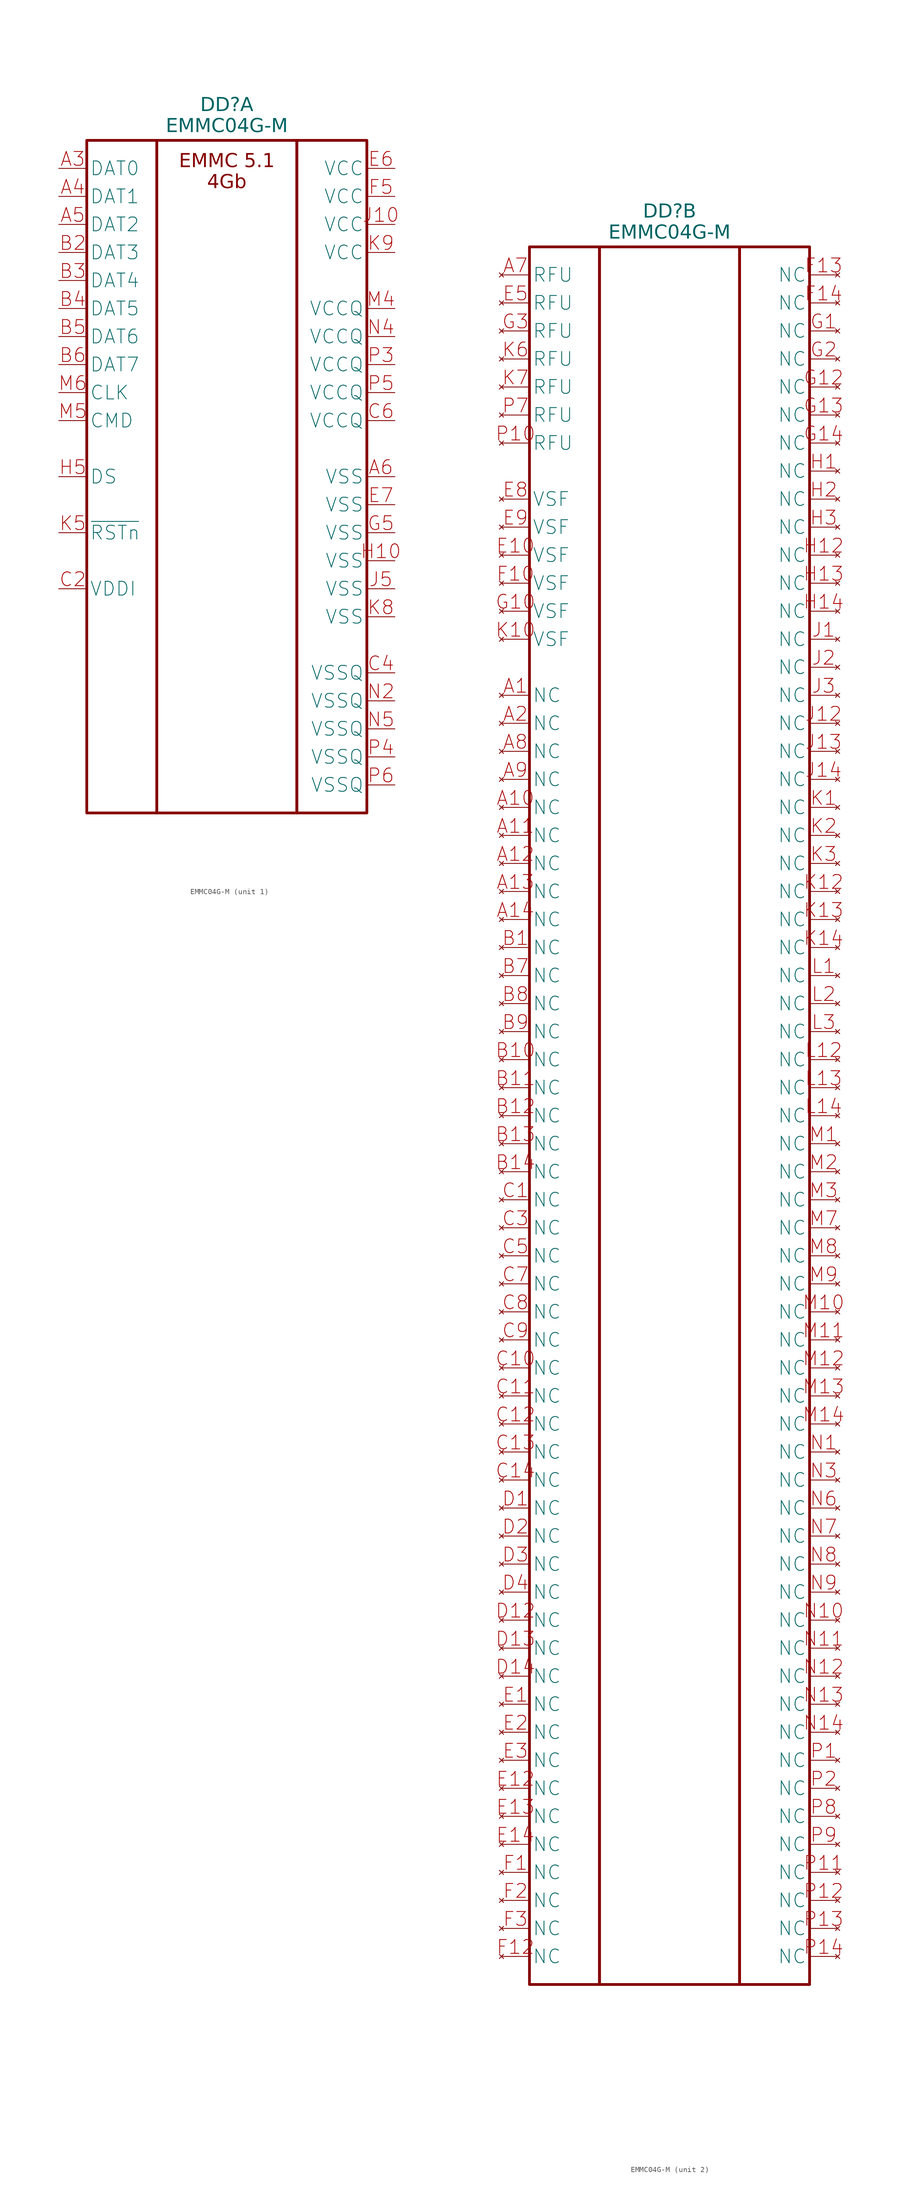
<source format=kicad_sym>
(kicad_symbol_lib
  (version 20231120)
  (generator "kicad_symbol_editor")
  (generator_version "8.0")
  (symbol "EMMC04G-M"
    (property "Reference" "DD"
      (at 0 6.35 0)
      (effects (font (face "GOST type A") (size 2.5 2.5) (italic yes))))
    (property "Value" "EMMC04G-M"
      (at 0 2.54 0)
      (effects (font (face "GOST type A") (size 2.5 2.5) (italic yes))))
    (symbol "EMMC04G-M_1_1"
      (rectangle (start -25.4 0) (end -12.7 -121.92) (stroke (width 0.5) (type default)) (fill (type none)))
      (rectangle (start -12.7 0) (end 12.7 -121.92) (stroke (width 0.5) (type default)) (fill (type none)))
      (rectangle (start 12.7 0) (end 25.4 -121.92) (stroke (width 0.5) (type default)) (fill (type none)))
      (text "4Gb" (at 0 -7.62 0) (effects (font (face "GOST type A") (size 2.5 2.5) (italic yes))))
      (text "EMMC 5.1" (at 0 -3.81 0) (effects (font (face "GOST type A") (size 2.5 2.5) (italic yes))))
      (pin bidirectional line (at -30.48 -5.08 0) (length 5.08) (name "DAT0" (effects (font (size 2.5 2.5)))) (number "A3" (effects (font (size 2.5 2.5)))))
      (pin bidirectional line (at -30.48 -10.16 0) (length 5.08) (name "DAT1" (effects (font (size 2.5 2.5)))) (number "A4" (effects (font (size 2.5 2.5)))))
      (pin bidirectional line (at -30.48 -15.24 0) (length 5.08) (name "DAT2" (effects (font (size 2.5 2.5)))) (number "A5" (effects (font (size 2.5 2.5)))))
      (pin power_in line (at 30.48 -60.96 180) (length 5.08) (name "VSS" (effects (font (size 2.5 2.5)))) (number "A6" (effects (font (size 2.5 2.5)))))
      (pin bidirectional line (at -30.48 -20.32 0) (length 5.08) (name "DAT3" (effects (font (size 2.5 2.5)))) (number "B2" (effects (font (size 2.5 2.5)))))
      (pin bidirectional line (at -30.48 -25.4 0) (length 5.08) (name "DAT4" (effects (font (size 2.5 2.5)))) (number "B3" (effects (font (size 2.5 2.5)))))
      (pin bidirectional line (at -30.48 -30.48 0) (length 5.08) (name "DAT5" (effects (font (size 2.5 2.5)))) (number "B4" (effects (font (size 2.5 2.5)))))
      (pin bidirectional line (at -30.48 -35.56 0) (length 5.08) (name "DAT6" (effects (font (size 2.5 2.5)))) (number "B5" (effects (font (size 2.5 2.5)))))
      (pin bidirectional line (at -30.48 -40.64 0) (length 5.08) (name "DAT7" (effects (font (size 2.5 2.5)))) (number "B6" (effects (font (size 2.5 2.5)))))
      (pin passive line (at -30.48 -81.28 0) (length 5.08) (name "VDDI" (effects (font (size 2.5 2.5)))) (number "C2" (effects (font (size 2.5 2.5)))))
      (pin power_in line (at 30.48 -96.52 180) (length 5.08) (name "VSSQ" (effects (font (size 2.5 2.5)))) (number "C4" (effects (font (size 2.5 2.5)))))
      (pin power_in line (at 30.48 -50.8 180) (length 5.08) (name "VCCQ" (effects (font (size 2.5 2.5)))) (number "C6" (effects (font (size 2.5 2.5)))))
      (pin power_in line (at 30.48 -5.08 180) (length 5.08) (name "VCC" (effects (font (size 2.5 2.5)))) (number "E6" (effects (font (size 2.5 2.5)))))
      (pin power_in line (at 30.48 -66.04 180) (length 5.08) (name "VSS" (effects (font (size 2.5 2.5)))) (number "E7" (effects (font (size 2.5 2.5)))))
      (pin power_in line (at 30.48 -10.16 180) (length 5.08) (name "VCC" (effects (font (size 2.5 2.5)))) (number "F5" (effects (font (size 2.5 2.5)))))
      (pin power_in line (at 30.48 -71.12 180) (length 5.08) (name "VSS" (effects (font (size 2.5 2.5)))) (number "G5" (effects (font (size 2.5 2.5)))))
      (pin power_in line (at 30.48 -76.2 180) (length 5.08) (name "VSS" (effects (font (size 2.5 2.5)))) (number "H10" (effects (font (size 2.5 2.5)))))
      (pin output line (at -30.48 -60.96 0) (length 5.08) (name "DS" (effects (font (size 2.5 2.5)))) (number "H5" (effects (font (size 2.5 2.5)))))
      (pin power_in line (at 30.48 -15.24 180) (length 5.08) (name "VCC" (effects (font (size 2.5 2.5)))) (number "J10" (effects (font (size 2.5 2.5)))))
      (pin power_in line (at 30.48 -81.28 180) (length 5.08) (name "VSS" (effects (font (size 2.5 2.5)))) (number "J5" (effects (font (size 2.5 2.5)))))
      (pin input line (at -30.48 -71.12 0) (length 5.08) (name "~{RSTn}" (effects (font (size 2.5 2.5)))) (number "K5" (effects (font (size 2.5 2.5)))))
      (pin power_in line (at 30.48 -86.36 180) (length 5.08) (name "VSS" (effects (font (size 2.5 2.5)))) (number "K8" (effects (font (size 2.5 2.5)))))
      (pin power_in line (at 30.48 -20.32 180) (length 5.08) (name "VCC" (effects (font (size 2.5 2.5)))) (number "K9" (effects (font (size 2.5 2.5)))))
      (pin power_in line (at 30.48 -30.48 180) (length 5.08) (name "VCCQ" (effects (font (size 2.5 2.5)))) (number "M4" (effects (font (size 2.5 2.5)))))
      (pin bidirectional line (at -30.48 -50.8 0) (length 5.08) (name "CMD" (effects (font (size 2.5 2.5)))) (number "M5" (effects (font (size 2.5 2.5)))))
      (pin input line (at -30.48 -45.72 0) (length 5.08) (name "CLK" (effects (font (size 2.5 2.5)))) (number "M6" (effects (font (size 2.5 2.5)))))
      (pin power_in line (at 30.48 -101.6 180) (length 5.08) (name "VSSQ" (effects (font (size 2.5 2.5)))) (number "N2" (effects (font (size 2.5 2.5)))))
      (pin power_in line (at 30.48 -35.56 180) (length 5.08) (name "VCCQ" (effects (font (size 2.5 2.5)))) (number "N4" (effects (font (size 2.5 2.5)))))
      (pin power_in line (at 30.48 -106.68 180) (length 5.08) (name "VSSQ" (effects (font (size 2.5 2.5)))) (number "N5" (effects (font (size 2.5 2.5)))))
      (pin power_in line (at 30.48 -40.64 180) (length 5.08) (name "VCCQ" (effects (font (size 2.5 2.5)))) (number "P3" (effects (font (size 2.5 2.5)))))
      (pin power_in line (at 30.48 -111.76 180) (length 5.08) (name "VSSQ" (effects (font (size 2.5 2.5)))) (number "P4" (effects (font (size 2.5 2.5)))))
      (pin power_in line (at 30.48 -45.72 180) (length 5.08) (name "VCCQ" (effects (font (size 2.5 2.5)))) (number "P5" (effects (font (size 2.5 2.5)))))
      (pin power_in line (at 30.48 -116.84 180) (length 5.08) (name "VSSQ" (effects (font (size 2.5 2.5)))) (number "P6" (effects (font (size 2.5 2.5))))))
    (symbol "EMMC04G-M_2_1"
      (rectangle (start -25.4 0) (end -12.7 -314.96) (stroke (width 0.5) (type default)) (fill (type none)))
      (rectangle (start -12.7 0) (end 12.7 -314.96) (stroke (width 0.5) (type default)) (fill (type none)))
      (rectangle (start 12.7 0) (end 25.4 -314.96) (stroke (width 0.5) (type default)) (fill (type none)))
      (pin no_connect line (at -30.48 -81.28 0) (length 5.08) (name "NC" (effects (font (size 2.5 2.5)))) (number "A1" (effects (font (size 2.5 2.5)))))
      (pin no_connect line (at -30.48 -101.6 0) (length 5.08) (name "NC" (effects (font (size 2.5 2.5)))) (number "A10" (effects (font (size 2.5 2.5)))))
      (pin no_connect line (at -30.48 -106.68 0) (length 5.08) (name "NC" (effects (font (size 2.5 2.5)))) (number "A11" (effects (font (size 2.5 2.5)))))
      (pin no_connect line (at -30.48 -111.76 0) (length 5.08) (name "NC" (effects (font (size 2.5 2.5)))) (number "A12" (effects (font (size 2.5 2.5)))))
      (pin no_connect line (at -30.48 -116.84 0) (length 5.08) (name "NC" (effects (font (size 2.5 2.5)))) (number "A13" (effects (font (size 2.5 2.5)))))
      (pin no_connect line (at -30.48 -121.92 0) (length 5.08) (name "NC" (effects (font (size 2.5 2.5)))) (number "A14" (effects (font (size 2.5 2.5)))))
      (pin no_connect line (at -30.48 -86.36 0) (length 5.08) (name "NC" (effects (font (size 2.5 2.5)))) (number "A2" (effects (font (size 2.5 2.5)))))
      (pin no_connect line (at -30.48 -5.08 0) (length 5.08) (name "RFU" (effects (font (size 2.5 2.5)))) (number "A7" (effects (font (size 2.5 2.5)))))
      (pin no_connect line (at -30.48 -91.44 0) (length 5.08) (name "NC" (effects (font (size 2.5 2.5)))) (number "A8" (effects (font (size 2.5 2.5)))))
      (pin no_connect line (at -30.48 -96.52 0) (length 5.08) (name "NC" (effects (font (size 2.5 2.5)))) (number "A9" (effects (font (size 2.5 2.5)))))
      (pin no_connect line (at -30.48 -127 0) (length 5.08) (name "NC" (effects (font (size 2.5 2.5)))) (number "B1" (effects (font (size 2.5 2.5)))))
      (pin no_connect line (at -30.48 -147.32 0) (length 5.08) (name "NC" (effects (font (size 2.5 2.5)))) (number "B10" (effects (font (size 2.5 2.5)))))
      (pin no_connect line (at -30.48 -152.4 0) (length 5.08) (name "NC" (effects (font (size 2.5 2.5)))) (number "B11" (effects (font (size 2.5 2.5)))))
      (pin no_connect line (at -30.48 -157.48 0) (length 5.08) (name "NC" (effects (font (size 2.5 2.5)))) (number "B12" (effects (font (size 2.5 2.5)))))
      (pin no_connect line (at -30.48 -162.56 0) (length 5.08) (name "NC" (effects (font (size 2.5 2.5)))) (number "B13" (effects (font (size 2.5 2.5)))))
      (pin no_connect line (at -30.48 -167.64 0) (length 5.08) (name "NC" (effects (font (size 2.5 2.5)))) (number "B14" (effects (font (size 2.5 2.5)))))
      (pin no_connect line (at -30.48 -132.08 0) (length 5.08) (name "NC" (effects (font (size 2.5 2.5)))) (number "B7" (effects (font (size 2.5 2.5)))))
      (pin no_connect line (at -30.48 -137.16 0) (length 5.08) (name "NC" (effects (font (size 2.5 2.5)))) (number "B8" (effects (font (size 2.5 2.5)))))
      (pin no_connect line (at -30.48 -142.24 0) (length 5.08) (name "NC" (effects (font (size 2.5 2.5)))) (number "B9" (effects (font (size 2.5 2.5)))))
      (pin no_connect line (at -30.48 -172.72 0) (length 5.08) (name "NC" (effects (font (size 2.5 2.5)))) (number "C1" (effects (font (size 2.5 2.5)))))
      (pin no_connect line (at -30.48 -203.2 0) (length 5.08) (name "NC" (effects (font (size 2.5 2.5)))) (number "C10" (effects (font (size 2.5 2.5)))))
      (pin no_connect line (at -30.48 -208.28 0) (length 5.08) (name "NC" (effects (font (size 2.5 2.5)))) (number "C11" (effects (font (size 2.5 2.5)))))
      (pin no_connect line (at -30.48 -213.36 0) (length 5.08) (name "NC" (effects (font (size 2.5 2.5)))) (number "C12" (effects (font (size 2.5 2.5)))))
      (pin no_connect line (at -30.48 -218.44 0) (length 5.08) (name "NC" (effects (font (size 2.5 2.5)))) (number "C13" (effects (font (size 2.5 2.5)))))
      (pin no_connect line (at -30.48 -223.52 0) (length 5.08) (name "NC" (effects (font (size 2.5 2.5)))) (number "C14" (effects (font (size 2.5 2.5)))))
      (pin no_connect line (at -30.48 -177.8 0) (length 5.08) (name "NC" (effects (font (size 2.5 2.5)))) (number "C3" (effects (font (size 2.5 2.5)))))
      (pin no_connect line (at -30.48 -182.88 0) (length 5.08) (name "NC" (effects (font (size 2.5 2.5)))) (number "C5" (effects (font (size 2.5 2.5)))))
      (pin no_connect line (at -30.48 -187.96 0) (length 5.08) (name "NC" (effects (font (size 2.5 2.5)))) (number "C7" (effects (font (size 2.5 2.5)))))
      (pin no_connect line (at -30.48 -193.04 0) (length 5.08) (name "NC" (effects (font (size 2.5 2.5)))) (number "C8" (effects (font (size 2.5 2.5)))))
      (pin no_connect line (at -30.48 -198.12 0) (length 5.08) (name "NC" (effects (font (size 2.5 2.5)))) (number "C9" (effects (font (size 2.5 2.5)))))
      (pin no_connect line (at -30.48 -228.6 0) (length 5.08) (name "NC" (effects (font (size 2.5 2.5)))) (number "D1" (effects (font (size 2.5 2.5)))))
      (pin no_connect line (at -30.48 -248.92 0) (length 5.08) (name "NC" (effects (font (size 2.5 2.5)))) (number "D12" (effects (font (size 2.5 2.5)))))
      (pin no_connect line (at -30.48 -254 0) (length 5.08) (name "NC" (effects (font (size 2.5 2.5)))) (number "D13" (effects (font (size 2.5 2.5)))))
      (pin no_connect line (at -30.48 -259.08 0) (length 5.08) (name "NC" (effects (font (size 2.5 2.5)))) (number "D14" (effects (font (size 2.5 2.5)))))
      (pin no_connect line (at -30.48 -233.68 0) (length 5.08) (name "NC" (effects (font (size 2.5 2.5)))) (number "D2" (effects (font (size 2.5 2.5)))))
      (pin no_connect line (at -30.48 -238.76 0) (length 5.08) (name "NC" (effects (font (size 2.5 2.5)))) (number "D3" (effects (font (size 2.5 2.5)))))
      (pin no_connect line (at -30.48 -243.84 0) (length 5.08) (name "NC" (effects (font (size 2.5 2.5)))) (number "D4" (effects (font (size 2.5 2.5)))))
      (pin no_connect line (at -30.48 -264.16 0) (length 5.08) (name "NC" (effects (font (size 2.5 2.5)))) (number "E1" (effects (font (size 2.5 2.5)))))
      (pin no_connect line (at -30.48 -55.88 0) (length 5.08) (name "VSF" (effects (font (size 2.5 2.5)))) (number "E10" (effects (font (size 2.5 2.5)))))
      (pin no_connect line (at -30.48 -279.4 0) (length 5.08) (name "NC" (effects (font (size 2.5 2.5)))) (number "E12" (effects (font (size 2.5 2.5)))))
      (pin no_connect line (at -30.48 -284.48 0) (length 5.08) (name "NC" (effects (font (size 2.5 2.5)))) (number "E13" (effects (font (size 2.5 2.5)))))
      (pin no_connect line (at -30.48 -289.56 0) (length 5.08) (name "NC" (effects (font (size 2.5 2.5)))) (number "E14" (effects (font (size 2.5 2.5)))))
      (pin no_connect line (at -30.48 -269.24 0) (length 5.08) (name "NC" (effects (font (size 2.5 2.5)))) (number "E2" (effects (font (size 2.5 2.5)))))
      (pin no_connect line (at -30.48 -274.32 0) (length 5.08) (name "NC" (effects (font (size 2.5 2.5)))) (number "E3" (effects (font (size 2.5 2.5)))))
      (pin no_connect line (at -30.48 -10.16 0) (length 5.08) (name "RFU" (effects (font (size 2.5 2.5)))) (number "E5" (effects (font (size 2.5 2.5)))))
      (pin no_connect line (at -30.48 -45.72 0) (length 5.08) (name "VSF" (effects (font (size 2.5 2.5)))) (number "E8" (effects (font (size 2.5 2.5)))))
      (pin no_connect line (at -30.48 -50.8 0) (length 5.08) (name "VSF" (effects (font (size 2.5 2.5)))) (number "E9" (effects (font (size 2.5 2.5)))))
      (pin no_connect line (at -30.48 -294.64 0) (length 5.08) (name "NC" (effects (font (size 2.5 2.5)))) (number "F1" (effects (font (size 2.5 2.5)))))
      (pin no_connect line (at -30.48 -60.96 0) (length 5.08) (name "VSF" (effects (font (size 2.5 2.5)))) (number "F10" (effects (font (size 2.5 2.5)))))
      (pin no_connect line (at -30.48 -309.88 0) (length 5.08) (name "NC" (effects (font (size 2.5 2.5)))) (number "F12" (effects (font (size 2.5 2.5)))))
      (pin no_connect line (at 30.48 -5.08 180) (length 5.08) (name "NC" (effects (font (size 2.5 2.5)))) (number "F13" (effects (font (size 2.5 2.5)))))
      (pin no_connect line (at 30.48 -10.16 180) (length 5.08) (name "NC" (effects (font (size 2.5 2.5)))) (number "F14" (effects (font (size 2.5 2.5)))))
      (pin no_connect line (at -30.48 -299.72 0) (length 5.08) (name "NC" (effects (font (size 2.5 2.5)))) (number "F2" (effects (font (size 2.5 2.5)))))
      (pin no_connect line (at -30.48 -304.8 0) (length 5.08) (name "NC" (effects (font (size 2.5 2.5)))) (number "F3" (effects (font (size 2.5 2.5)))))
      (pin no_connect line (at 30.48 -15.24 180) (length 5.08) (name "NC" (effects (font (size 2.5 2.5)))) (number "G1" (effects (font (size 2.5 2.5)))))
      (pin no_connect line (at -30.48 -66.04 0) (length 5.08) (name "VSF" (effects (font (size 2.5 2.5)))) (number "G10" (effects (font (size 2.5 2.5)))))
      (pin no_connect line (at 30.48 -25.4 180) (length 5.08) (name "NC" (effects (font (size 2.5 2.5)))) (number "G12" (effects (font (size 2.5 2.5)))))
      (pin no_connect line (at 30.48 -30.48 180) (length 5.08) (name "NC" (effects (font (size 2.5 2.5)))) (number "G13" (effects (font (size 2.5 2.5)))))
      (pin no_connect line (at 30.48 -35.56 180) (length 5.08) (name "NC" (effects (font (size 2.5 2.5)))) (number "G14" (effects (font (size 2.5 2.5)))))
      (pin no_connect line (at 30.48 -20.32 180) (length 5.08) (name "NC" (effects (font (size 2.5 2.5)))) (number "G2" (effects (font (size 2.5 2.5)))))
      (pin no_connect line (at -30.48 -15.24 0) (length 5.08) (name "RFU" (effects (font (size 2.5 2.5)))) (number "G3" (effects (font (size 2.5 2.5)))))
      (pin no_connect line (at 30.48 -40.64 180) (length 5.08) (name "NC" (effects (font (size 2.5 2.5)))) (number "H1" (effects (font (size 2.5 2.5)))))
      (pin no_connect line (at 30.48 -55.88 180) (length 5.08) (name "NC" (effects (font (size 2.5 2.5)))) (number "H12" (effects (font (size 2.5 2.5)))))
      (pin no_connect line (at 30.48 -60.96 180) (length 5.08) (name "NC" (effects (font (size 2.5 2.5)))) (number "H13" (effects (font (size 2.5 2.5)))))
      (pin no_connect line (at 30.48 -66.04 180) (length 5.08) (name "NC" (effects (font (size 2.5 2.5)))) (number "H14" (effects (font (size 2.5 2.5)))))
      (pin no_connect line (at 30.48 -45.72 180) (length 5.08) (name "NC" (effects (font (size 2.5 2.5)))) (number "H2" (effects (font (size 2.5 2.5)))))
      (pin no_connect line (at 30.48 -50.8 180) (length 5.08) (name "NC" (effects (font (size 2.5 2.5)))) (number "H3" (effects (font (size 2.5 2.5)))))
      (pin no_connect line (at 30.48 -71.12 180) (length 5.08) (name "NC" (effects (font (size 2.5 2.5)))) (number "J1" (effects (font (size 2.5 2.5)))))
      (pin no_connect line (at 30.48 -86.36 180) (length 5.08) (name "NC" (effects (font (size 2.5 2.5)))) (number "J12" (effects (font (size 2.5 2.5)))))
      (pin no_connect line (at 30.48 -91.44 180) (length 5.08) (name "NC" (effects (font (size 2.5 2.5)))) (number "J13" (effects (font (size 2.5 2.5)))))
      (pin no_connect line (at 30.48 -96.52 180) (length 5.08) (name "NC" (effects (font (size 2.5 2.5)))) (number "J14" (effects (font (size 2.5 2.5)))))
      (pin no_connect line (at 30.48 -76.2 180) (length 5.08) (name "NC" (effects (font (size 2.5 2.5)))) (number "J2" (effects (font (size 2.5 2.5)))))
      (pin no_connect line (at 30.48 -81.28 180) (length 5.08) (name "NC" (effects (font (size 2.5 2.5)))) (number "J3" (effects (font (size 2.5 2.5)))))
      (pin no_connect line (at 30.48 -101.6 180) (length 5.08) (name "NC" (effects (font (size 2.5 2.5)))) (number "K1" (effects (font (size 2.5 2.5)))))
      (pin no_connect line (at -30.48 -71.12 0) (length 5.08) (name "VSF" (effects (font (size 2.5 2.5)))) (number "K10" (effects (font (size 2.5 2.5)))))
      (pin no_connect line (at 30.48 -116.84 180) (length 5.08) (name "NC" (effects (font (size 2.5 2.5)))) (number "K12" (effects (font (size 2.5 2.5)))))
      (pin no_connect line (at 30.48 -121.92 180) (length 5.08) (name "NC" (effects (font (size 2.5 2.5)))) (number "K13" (effects (font (size 2.5 2.5)))))
      (pin no_connect line (at 30.48 -127 180) (length 5.08) (name "NC" (effects (font (size 2.5 2.5)))) (number "K14" (effects (font (size 2.5 2.5)))))
      (pin no_connect line (at 30.48 -106.68 180) (length 5.08) (name "NC" (effects (font (size 2.5 2.5)))) (number "K2" (effects (font (size 2.5 2.5)))))
      (pin no_connect line (at 30.48 -111.76 180) (length 5.08) (name "NC" (effects (font (size 2.5 2.5)))) (number "K3" (effects (font (size 2.5 2.5)))))
      (pin no_connect line (at -30.48 -20.32 0) (length 5.08) (name "RFU" (effects (font (size 2.5 2.5)))) (number "K6" (effects (font (size 2.5 2.5)))))
      (pin no_connect line (at -30.48 -25.4 0) (length 5.08) (name "RFU" (effects (font (size 2.5 2.5)))) (number "K7" (effects (font (size 2.5 2.5)))))
      (pin no_connect line (at 30.48 -132.08 180) (length 5.08) (name "NC" (effects (font (size 2.5 2.5)))) (number "L1" (effects (font (size 2.5 2.5)))))
      (pin no_connect line (at 30.48 -147.32 180) (length 5.08) (name "NC" (effects (font (size 2.5 2.5)))) (number "L12" (effects (font (size 2.5 2.5)))))
      (pin no_connect line (at 30.48 -152.4 180) (length 5.08) (name "NC" (effects (font (size 2.5 2.5)))) (number "L13" (effects (font (size 2.5 2.5)))))
      (pin no_connect line (at 30.48 -157.48 180) (length 5.08) (name "NC" (effects (font (size 2.5 2.5)))) (number "L14" (effects (font (size 2.5 2.5)))))
      (pin no_connect line (at 30.48 -137.16 180) (length 5.08) (name "NC" (effects (font (size 2.5 2.5)))) (number "L2" (effects (font (size 2.5 2.5)))))
      (pin no_connect line (at 30.48 -142.24 180) (length 5.08) (name "NC" (effects (font (size 2.5 2.5)))) (number "L3" (effects (font (size 2.5 2.5)))))
      (pin no_connect line (at 30.48 -162.56 180) (length 5.08) (name "NC" (effects (font (size 2.5 2.5)))) (number "M1" (effects (font (size 2.5 2.5)))))
      (pin no_connect line (at 30.48 -193.04 180) (length 5.08) (name "NC" (effects (font (size 2.5 2.5)))) (number "M10" (effects (font (size 2.5 2.5)))))
      (pin no_connect line (at 30.48 -198.12 180) (length 5.08) (name "NC" (effects (font (size 2.5 2.5)))) (number "M11" (effects (font (size 2.5 2.5)))))
      (pin no_connect line (at 30.48 -203.2 180) (length 5.08) (name "NC" (effects (font (size 2.5 2.5)))) (number "M12" (effects (font (size 2.5 2.5)))))
      (pin no_connect line (at 30.48 -208.28 180) (length 5.08) (name "NC" (effects (font (size 2.5 2.5)))) (number "M13" (effects (font (size 2.5 2.5)))))
      (pin no_connect line (at 30.48 -213.36 180) (length 5.08) (name "NC" (effects (font (size 2.5 2.5)))) (number "M14" (effects (font (size 2.5 2.5)))))
      (pin no_connect line (at 30.48 -167.64 180) (length 5.08) (name "NC" (effects (font (size 2.5 2.5)))) (number "M2" (effects (font (size 2.5 2.5)))))
      (pin no_connect line (at 30.48 -172.72 180) (length 5.08) (name "NC" (effects (font (size 2.5 2.5)))) (number "M3" (effects (font (size 2.5 2.5)))))
      (pin no_connect line (at 30.48 -177.8 180) (length 5.08) (name "NC" (effects (font (size 2.5 2.5)))) (number "M7" (effects (font (size 2.5 2.5)))))
      (pin no_connect line (at 30.48 -182.88 180) (length 5.08) (name "NC" (effects (font (size 2.5 2.5)))) (number "M8" (effects (font (size 2.5 2.5)))))
      (pin no_connect line (at 30.48 -187.96 180) (length 5.08) (name "NC" (effects (font (size 2.5 2.5)))) (number "M9" (effects (font (size 2.5 2.5)))))
      (pin no_connect line (at 30.48 -218.44 180) (length 5.08) (name "NC" (effects (font (size 2.5 2.5)))) (number "N1" (effects (font (size 2.5 2.5)))))
      (pin no_connect line (at 30.48 -248.92 180) (length 5.08) (name "NC" (effects (font (size 2.5 2.5)))) (number "N10" (effects (font (size 2.5 2.5)))))
      (pin no_connect line (at 30.48 -254 180) (length 5.08) (name "NC" (effects (font (size 2.5 2.5)))) (number "N11" (effects (font (size 2.5 2.5)))))
      (pin no_connect line (at 30.48 -259.08 180) (length 5.08) (name "NC" (effects (font (size 2.5 2.5)))) (number "N12" (effects (font (size 2.5 2.5)))))
      (pin no_connect line (at 30.48 -264.16 180) (length 5.08) (name "NC" (effects (font (size 2.5 2.5)))) (number "N13" (effects (font (size 2.5 2.5)))))
      (pin no_connect line (at 30.48 -269.24 180) (length 5.08) (name "NC" (effects (font (size 2.5 2.5)))) (number "N14" (effects (font (size 2.5 2.5)))))
      (pin no_connect line (at 30.48 -223.52 180) (length 5.08) (name "NC" (effects (font (size 2.5 2.5)))) (number "N3" (effects (font (size 2.5 2.5)))))
      (pin no_connect line (at 30.48 -228.6 180) (length 5.08) (name "NC" (effects (font (size 2.5 2.5)))) (number "N6" (effects (font (size 2.5 2.5)))))
      (pin no_connect line (at 30.48 -233.68 180) (length 5.08) (name "NC" (effects (font (size 2.5 2.5)))) (number "N7" (effects (font (size 2.5 2.5)))))
      (pin no_connect line (at 30.48 -238.76 180) (length 5.08) (name "NC" (effects (font (size 2.5 2.5)))) (number "N8" (effects (font (size 2.5 2.5)))))
      (pin no_connect line (at 30.48 -243.84 180) (length 5.08) (name "NC" (effects (font (size 2.5 2.5)))) (number "N9" (effects (font (size 2.5 2.5)))))
      (pin no_connect line (at 30.48 -274.32 180) (length 5.08) (name "NC" (effects (font (size 2.5 2.5)))) (number "P1" (effects (font (size 2.5 2.5)))))
      (pin no_connect line (at -30.48 -35.56 0) (length 5.08) (name "RFU" (effects (font (size 2.5 2.5)))) (number "P10" (effects (font (size 2.5 2.5)))))
      (pin no_connect line (at 30.48 -294.64 180) (length 5.08) (name "NC" (effects (font (size 2.5 2.5)))) (number "P11" (effects (font (size 2.5 2.5)))))
      (pin no_connect line (at 30.48 -299.72 180) (length 5.08) (name "NC" (effects (font (size 2.5 2.5)))) (number "P12" (effects (font (size 2.5 2.5)))))
      (pin no_connect line (at 30.48 -304.8 180) (length 5.08) (name "NC" (effects (font (size 2.5 2.5)))) (number "P13" (effects (font (size 2.5 2.5)))))
      (pin no_connect line (at 30.48 -309.88 180) (length 5.08) (name "NC" (effects (font (size 2.5 2.5)))) (number "P14" (effects (font (size 2.5 2.5)))))
      (pin no_connect line (at 30.48 -279.4 180) (length 5.08) (name "NC" (effects (font (size 2.5 2.5)))) (number "P2" (effects (font (size 2.5 2.5)))))
      (pin no_connect line (at -30.48 -30.48 0) (length 5.08) (name "RFU" (effects (font (size 2.5 2.5)))) (number "P7" (effects (font (size 2.5 2.5)))))
      (pin no_connect line (at 30.48 -284.48 180) (length 5.08) (name "NC" (effects (font (size 2.5 2.5)))) (number "P8" (effects (font (size 2.5 2.5)))))
      (pin no_connect line (at 30.48 -289.56 180) (length 5.08) (name "NC" (effects (font (size 2.5 2.5)))) (number "P9" (effects (font (size 2.5 2.5))))))))
</source>
